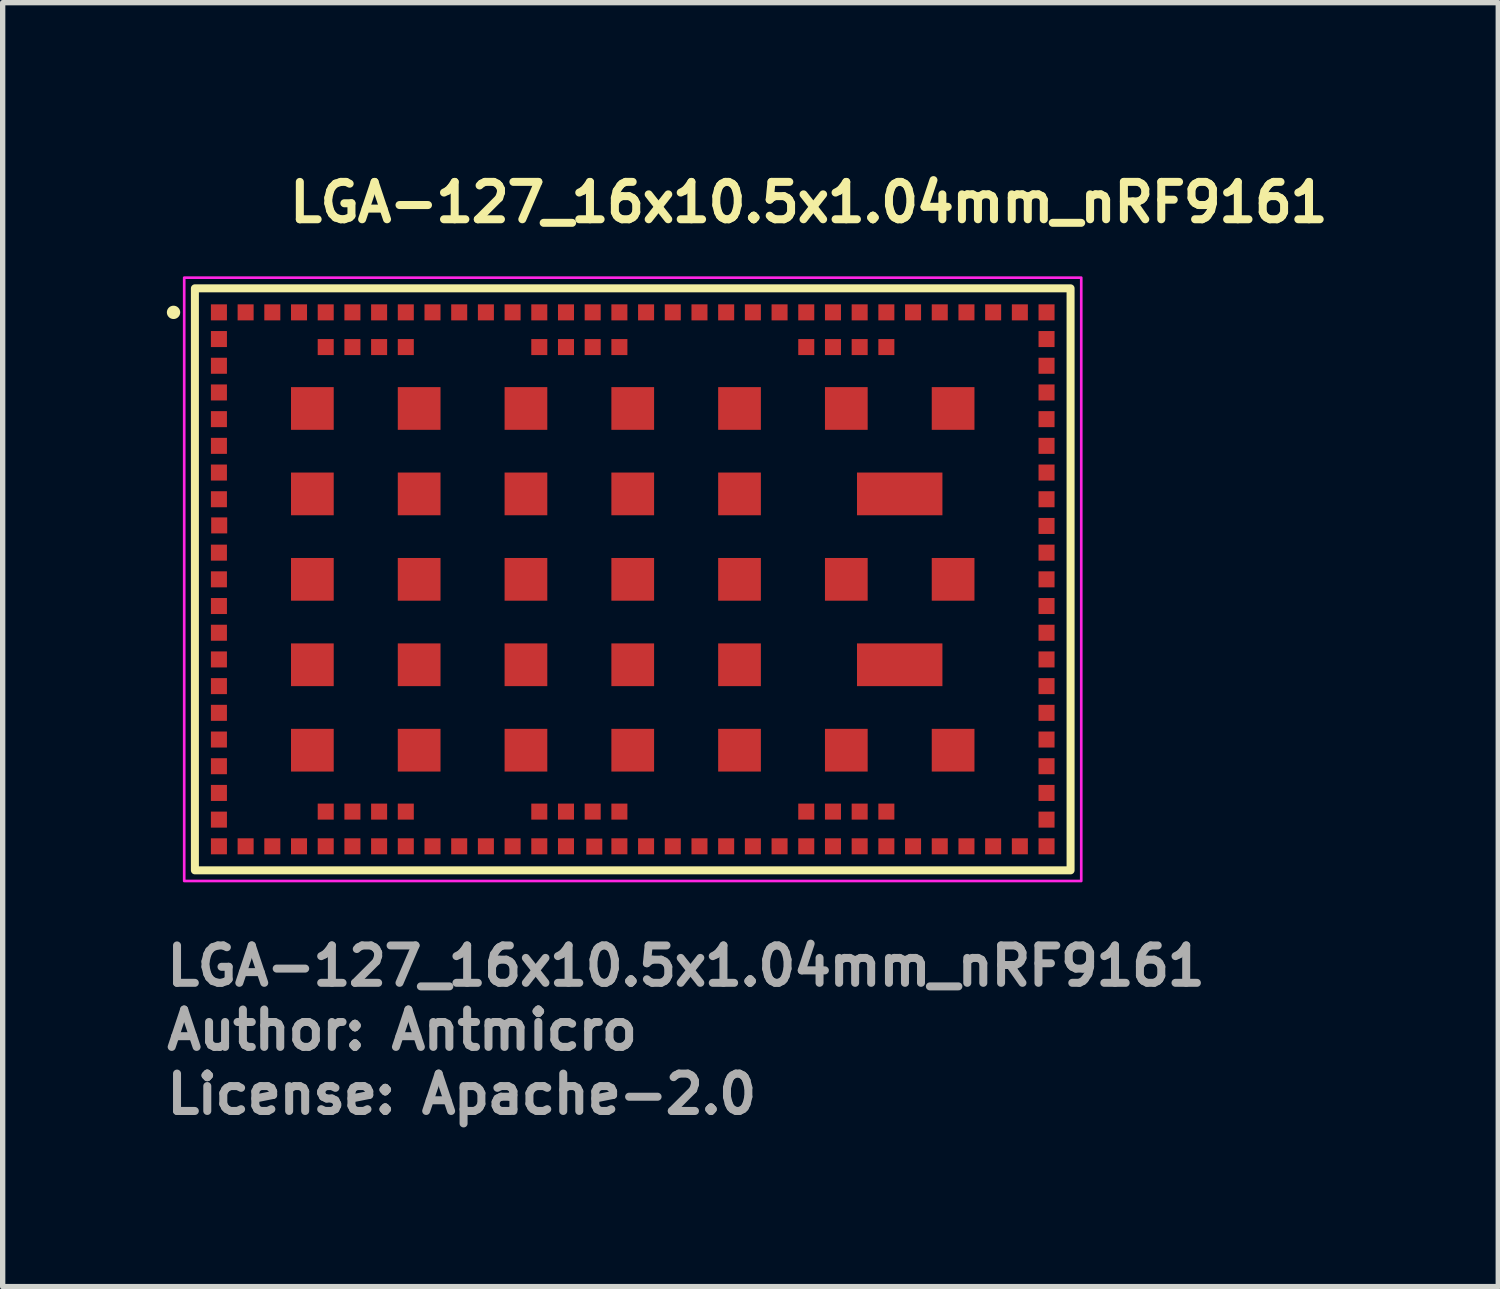
<source format=kicad_pcb>
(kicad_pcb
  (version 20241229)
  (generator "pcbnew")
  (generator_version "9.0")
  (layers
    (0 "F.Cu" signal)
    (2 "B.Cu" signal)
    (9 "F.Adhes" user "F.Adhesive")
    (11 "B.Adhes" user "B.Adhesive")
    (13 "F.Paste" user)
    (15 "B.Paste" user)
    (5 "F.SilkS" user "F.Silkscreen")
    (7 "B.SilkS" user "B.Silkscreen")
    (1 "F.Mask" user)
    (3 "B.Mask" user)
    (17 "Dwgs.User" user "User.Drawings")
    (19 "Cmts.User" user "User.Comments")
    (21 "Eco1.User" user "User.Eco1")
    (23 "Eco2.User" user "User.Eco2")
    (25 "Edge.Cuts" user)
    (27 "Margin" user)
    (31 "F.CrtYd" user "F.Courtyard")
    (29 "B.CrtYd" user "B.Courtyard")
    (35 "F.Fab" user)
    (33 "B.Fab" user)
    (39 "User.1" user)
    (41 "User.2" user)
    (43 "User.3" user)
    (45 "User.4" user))
  (footprint "LGA-127_16x10.5x1.04mm_nRF9161"
    (layer "F.Cu")
    (at 8.8 7.8)
    (property "Reference" "LGA-127_16x10.5x1.04mm_nRF9161" (at -6.5 -6.65 0) (unlocked yes) (layer "F.SilkS") (effects (font (size 0.7 0.7) (thickness 0.15)) (justify left bottom)))
    (attr smd)
    (fp_rect (start 8.2 -5.45) (end -8.2 5.45) (stroke (width 0.15) (type solid)) (fill no) (layer "F.SilkS"))
    (fp_circle (center -8.6 -5) (end -8.55 -5) (stroke (width 0.15) (type solid)) (fill yes) (layer "F.SilkS"))
    (fp_rect (start -8.4 -5.65) (end 8.4 5.65) (stroke (width 0.05) (type solid)) (fill no) (layer "F.CrtYd"))
    (fp_rect (start -8 -5.25) (end 8 5.25) (stroke (width 0.1) (type solid)) (fill no) (layer "User.5"))
    (fp_rect (start 8 -5.25) (end -8 5.25) (stroke (width 0.02) (type solid)) (fill no) (layer "User.9"))
    (fp_text user "License: Apache-2.0" (at -8.8 10.05 0) (layer "F.Fab") (effects (font (size 0.7 0.7) (thickness 0.15)) (justify left bottom)))
    (fp_text user "Author: Antmicro" (at -8.8 8.85 0) (layer "F.Fab") (effects (font (size 0.7 0.7) (thickness 0.15)) (justify left bottom)))
    (fp_text user "${REFERENCE}" (at -8.8 7.65 0) (unlocked yes) (layer "F.Fab") (effects (font (size 0.7 0.7) (thickness 0.15)) (justify left bottom)))
    (pad "1" smd rect (at -7.75 -5) (size 0.3 0.3) (layers "F.Cu" "F.Mask" "F.Paste"))
    (pad "2" smd rect (at -7.75 -4.5) (size 0.3 0.3) (layers "F.Cu" "F.Mask" "F.Paste"))
    (pad "3" smd rect (at -7.75 -4) (size 0.3 0.3) (layers "F.Cu" "F.Mask" "F.Paste"))
    (pad "4" smd rect (at -7.75 -3.5) (size 0.3 0.3) (layers "F.Cu" "F.Mask" "F.Paste"))
    (pad "5" smd rect (at -7.75 -3) (size 0.3 0.3) (layers "F.Cu" "F.Mask" "F.Paste"))
    (pad "6" smd rect (at -7.75 -2.5) (size 0.3 0.3) (layers "F.Cu" "F.Mask" "F.Paste"))
    (pad "7" smd rect (at -7.75 -2) (size 0.3 0.3) (layers "F.Cu" "F.Mask" "F.Paste"))
    (pad "8" smd rect (at -7.75 -1.5) (size 0.3 0.3) (layers "F.Cu" "F.Mask" "F.Paste"))
    (pad "9" smd rect (at -7.745 -1.01) (size 0.3 0.3) (layers "F.Cu" "F.Mask" "F.Paste"))
    (pad "10" smd rect (at -7.75 -0.5) (size 0.3 0.3) (layers "F.Cu" "F.Mask" "F.Paste"))
    (pad "11" smd rect (at -7.75 0) (size 0.3 0.3) (layers "F.Cu" "F.Mask" "F.Paste"))
    (pad "12" smd rect (at -7.75 0.5) (size 0.3 0.3) (layers "F.Cu" "F.Mask" "F.Paste"))
    (pad "13" smd rect (at -7.75 1) (size 0.3 0.3) (layers "F.Cu" "F.Mask" "F.Paste"))
    (pad "14" smd rect (at -7.75 1.5) (size 0.3 0.3) (layers "F.Cu" "F.Mask" "F.Paste"))
    (pad "15" smd rect (at -7.75 2) (size 0.3 0.3) (layers "F.Cu" "F.Mask" "F.Paste"))
    (pad "16" smd rect (at -7.75 2.5) (size 0.3 0.3) (layers "F.Cu" "F.Mask" "F.Paste"))
    (pad "17" smd rect (at -7.75 3) (size 0.3 0.3) (layers "F.Cu" "F.Mask" "F.Paste"))
    (pad "18" smd rect (at -7.75 3.5) (size 0.3 0.3) (layers "F.Cu" "F.Mask" "F.Paste"))
    (pad "19" smd rect (at -7.75 4) (size 0.3 0.3) (layers "F.Cu" "F.Mask" "F.Paste"))
    (pad "20" smd rect (at -7.75 4.5) (size 0.3 0.3) (layers "F.Cu" "F.Mask" "F.Paste"))
    (pad "21" smd rect (at -7.75 5) (size 0.3 0.3) (layers "F.Cu" "F.Mask" "F.Paste"))
    (pad "22" smd rect (at -7.25 5) (size 0.3 0.3) (layers "F.Cu" "F.Mask" "F.Paste"))
    (pad "23" smd rect (at -6.75 5) (size 0.3 0.3) (layers "F.Cu" "F.Mask" "F.Paste"))
    (pad "24" smd rect (at -6.25 5) (size 0.3 0.3) (layers "F.Cu" "F.Mask" "F.Paste"))
    (pad "25" smd rect (at -5.75 5) (size 0.3 0.3) (layers "F.Cu" "F.Mask" "F.Paste"))
    (pad "26" smd rect (at -5.25 5) (size 0.3 0.3) (layers "F.Cu" "F.Mask" "F.Paste"))
    (pad "27" smd rect (at -4.75 5) (size 0.3 0.3) (layers "F.Cu" "F.Mask" "F.Paste"))
    (pad "28" smd rect (at -4.25 5) (size 0.3 0.3) (layers "F.Cu" "F.Mask" "F.Paste"))
    (pad "29" smd rect (at -3.75 5) (size 0.3 0.3) (layers "F.Cu" "F.Mask" "F.Paste"))
    (pad "30" smd rect (at -3.25 5) (size 0.3 0.3) (layers "F.Cu" "F.Mask" "F.Paste"))
    (pad "31" smd rect (at -2.75 5) (size 0.3 0.3) (layers "F.Cu" "F.Mask" "F.Paste"))
    (pad "32" smd rect (at -2.25 5) (size 0.3 0.3) (layers "F.Cu" "F.Mask" "F.Paste"))
    (pad "33" smd rect (at -1.75 5) (size 0.3 0.3) (layers "F.Cu" "F.Mask" "F.Paste"))
    (pad "34" smd rect (at -1.25 5) (size 0.3 0.3) (layers "F.Cu" "F.Mask" "F.Paste"))
    (pad "35" smd rect (at -0.72 5.005) (size 0.3 0.3) (layers "F.Cu" "F.Mask" "F.Paste"))
    (pad "36" smd rect (at -0.25 5) (size 0.3 0.3) (layers "F.Cu" "F.Mask" "F.Paste"))
    (pad "37" smd rect (at 0.25 5) (size 0.3 0.3) (layers "F.Cu" "F.Mask" "F.Paste"))
    (pad "38" smd rect (at 0.75 5) (size 0.3 0.3) (layers "F.Cu" "F.Mask" "F.Paste"))
    (pad "39" smd rect (at 1.25 5) (size 0.3 0.3) (layers "F.Cu" "F.Mask" "F.Paste"))
    (pad "40" smd rect (at 1.75 5) (size 0.3 0.3) (layers "F.Cu" "F.Mask" "F.Paste"))
    (pad "41" smd rect (at 2.25 5) (size 0.3 0.3) (layers "F.Cu" "F.Mask" "F.Paste"))
    (pad "42" smd rect (at 2.75 5) (size 0.3 0.3) (layers "F.Cu" "F.Mask" "F.Paste"))
    (pad "43" smd rect (at 3.25 5) (size 0.3 0.3) (layers "F.Cu" "F.Mask" "F.Paste"))
    (pad "44" smd rect (at 3.75 5) (size 0.3 0.3) (layers "F.Cu" "F.Mask" "F.Paste"))
    (pad "45" smd rect (at 4.25 5) (size 0.3 0.3) (layers "F.Cu" "F.Mask" "F.Paste"))
    (pad "46" smd rect (at 4.75 5) (size 0.3 0.3) (layers "F.Cu" "F.Mask" "F.Paste"))
    (pad "47" smd rect (at 5.25 5) (size 0.3 0.3) (layers "F.Cu" "F.Mask" "F.Paste"))
    (pad "48" smd rect (at 5.75 5) (size 0.3 0.3) (layers "F.Cu" "F.Mask" "F.Paste"))
    (pad "49" smd rect (at 6.25 5) (size 0.3 0.3) (layers "F.Cu" "F.Mask" "F.Paste"))
    (pad "50" smd rect (at 6.75 5) (size 0.3 0.3) (layers "F.Cu" "F.Mask" "F.Paste"))
    (pad "51" smd rect (at 7.25 5) (size 0.3 0.3) (layers "F.Cu" "F.Mask" "F.Paste"))
    (pad "52" smd rect (at 7.75 5) (size 0.3 0.3) (layers "F.Cu" "F.Mask" "F.Paste"))
    (pad "53" smd rect (at 7.75 4.5) (size 0.3 0.3) (layers "F.Cu" "F.Mask" "F.Paste"))
    (pad "54" smd rect (at 7.75 4) (size 0.3 0.3) (layers "F.Cu" "F.Mask" "F.Paste"))
    (pad "55" smd rect (at 7.75 3.5) (size 0.3 0.3) (layers "F.Cu" "F.Mask" "F.Paste"))
    (pad "56" smd rect (at 7.75 3) (size 0.3 0.3) (layers "F.Cu" "F.Mask" "F.Paste"))
    (pad "57" smd rect (at 7.75 2.5) (size 0.3 0.3) (layers "F.Cu" "F.Mask" "F.Paste"))
    (pad "58" smd rect (at 7.75 2) (size 0.3 0.3) (layers "F.Cu" "F.Mask" "F.Paste"))
    (pad "59" smd rect (at 7.75 1.5) (size 0.3 0.3) (layers "F.Cu" "F.Mask" "F.Paste"))
    (pad "60" smd rect (at 7.75 1) (size 0.3 0.3) (layers "F.Cu" "F.Mask" "F.Paste"))
    (pad "61" smd rect (at 7.75 0.5) (size 0.3 0.3) (layers "F.Cu" "F.Mask" "F.Paste"))
    (pad "62" smd rect (at 7.75 0) (size 0.3 0.3) (layers "F.Cu" "F.Mask" "F.Paste"))
    (pad "63" smd rect (at 7.75 -0.5) (size 0.3 0.3) (layers "F.Cu" "F.Mask" "F.Paste"))
    (pad "64" smd rect (at 7.75 -1) (size 0.3 0.3) (layers "F.Cu" "F.Mask" "F.Paste"))
    (pad "65" smd rect (at 7.75 -1.5) (size 0.3 0.3) (layers "F.Cu" "F.Mask" "F.Paste"))
    (pad "66" smd rect (at 7.75 -2) (size 0.3 0.3) (layers "F.Cu" "F.Mask" "F.Paste"))
    (pad "67" smd rect (at 7.75 -2.5) (size 0.3 0.3) (layers "F.Cu" "F.Mask" "F.Paste"))
    (pad "68" smd rect (at 7.75 -3) (size 0.3 0.3) (layers "F.Cu" "F.Mask" "F.Paste"))
    (pad "69" smd rect (at 7.75 -3.5) (size 0.3 0.3) (layers "F.Cu" "F.Mask" "F.Paste"))
    (pad "70" smd rect (at 7.75 -4) (size 0.3 0.3) (layers "F.Cu" "F.Mask" "F.Paste"))
    (pad "71" smd rect (at 7.75 -4.5) (size 0.3 0.3) (layers "F.Cu" "F.Mask" "F.Paste"))
    (pad "72" smd rect (at 7.75 -5) (size 0.3 0.3) (layers "F.Cu" "F.Mask" "F.Paste"))
    (pad "73" smd rect (at 7.25 -5) (size 0.3 0.3) (layers "F.Cu" "F.Mask" "F.Paste"))
    (pad "74" smd rect (at 6.75 -5) (size 0.3 0.3) (layers "F.Cu" "F.Mask" "F.Paste"))
    (pad "75" smd rect (at 6.25 -5) (size 0.3 0.3) (layers "F.Cu" "F.Mask" "F.Paste"))
    (pad "76" smd rect (at 5.75 -5) (size 0.3 0.3) (layers "F.Cu" "F.Mask" "F.Paste"))
    (pad "77" smd rect (at 5.25 -5) (size 0.3 0.3) (layers "F.Cu" "F.Mask" "F.Paste"))
    (pad "78" smd rect (at 4.75 -5) (size 0.3 0.3) (layers "F.Cu" "F.Mask" "F.Paste"))
    (pad "79" smd rect (at 4.25 -5) (size 0.3 0.3) (layers "F.Cu" "F.Mask" "F.Paste"))
    (pad "80" smd rect (at 3.75 -5) (size 0.3 0.3) (layers "F.Cu" "F.Mask" "F.Paste"))
    (pad "81" smd rect (at 3.25 -5) (size 0.3 0.3) (layers "F.Cu" "F.Mask" "F.Paste"))
    (pad "82" smd rect (at 2.75 -5) (size 0.3 0.3) (layers "F.Cu" "F.Mask" "F.Paste"))
    (pad "83" smd rect (at 2.25 -5) (size 0.3 0.3) (layers "F.Cu" "F.Mask" "F.Paste"))
    (pad "84" smd rect (at 1.75 -5) (size 0.3 0.3) (layers "F.Cu" "F.Mask" "F.Paste"))
    (pad "85" smd rect (at 1.25 -5) (size 0.3 0.3) (layers "F.Cu" "F.Mask" "F.Paste"))
    (pad "86" smd rect (at 0.75 -5) (size 0.3 0.3) (layers "F.Cu" "F.Mask" "F.Paste"))
    (pad "87" smd rect (at 0.25 -5) (size 0.3 0.3) (layers "F.Cu" "F.Mask" "F.Paste"))
    (pad "88" smd rect (at -0.25 -5) (size 0.3 0.3) (layers "F.Cu" "F.Mask" "F.Paste"))
    (pad "89" smd rect (at -0.75 -5) (size 0.3 0.3) (layers "F.Cu" "F.Mask" "F.Paste"))
    (pad "90" smd rect (at -1.25 -5) (size 0.3 0.3) (layers "F.Cu" "F.Mask" "F.Paste"))
    (pad "91" smd rect (at -1.75 -5) (size 0.3 0.3) (layers "F.Cu" "F.Mask" "F.Paste"))
    (pad "92" smd rect (at -2.25 -5) (size 0.3 0.3) (layers "F.Cu" "F.Mask" "F.Paste"))
    (pad "93" smd rect (at -2.75 -5) (size 0.3 0.3) (layers "F.Cu" "F.Mask" "F.Paste"))
    (pad "94" smd rect (at -3.25 -5) (size 0.3 0.3) (layers "F.Cu" "F.Mask" "F.Paste"))
    (pad "95" smd rect (at -3.75 -5) (size 0.3 0.3) (layers "F.Cu" "F.Mask" "F.Paste"))
    (pad "96" smd rect (at -4.25 -5) (size 0.3 0.3) (layers "F.Cu" "F.Mask" "F.Paste"))
    (pad "97" smd rect (at -4.75 -5) (size 0.3 0.3) (layers "F.Cu" "F.Mask" "F.Paste"))
    (pad "98" smd rect (at -5.25 -5) (size 0.3 0.3) (layers "F.Cu" "F.Mask" "F.Paste"))
    (pad "99" smd rect (at -5.75 -5) (size 0.3 0.3) (layers "F.Cu" "F.Mask" "F.Paste"))
    (pad "100" smd rect (at -6.25 -5) (size 0.3 0.3) (layers "F.Cu" "F.Mask" "F.Paste"))
    (pad "101" smd rect (at -6.75 -5) (size 0.3 0.3) (layers "F.Cu" "F.Mask" "F.Paste"))
    (pad "102" smd rect (at -7.25 -5) (size 0.3 0.3) (layers "F.Cu" "F.Mask" "F.Paste"))
    (pad "103" smd rect (at -6 -3.2) (size 0.8 0.8) (layers "F.Cu" "F.Mask" "F.Paste"))
    (pad "103" smd rect (at -6 -1.6) (size 0.8 0.8) (layers "F.Cu" "F.Mask" "F.Paste"))
    (pad "103" smd rect (at -6 0) (size 0.8 0.8) (layers "F.Cu" "F.Mask" "F.Paste"))
    (pad "103" smd rect (at -6 1.6) (size 0.8 0.8) (layers "F.Cu" "F.Mask" "F.Paste"))
    (pad "103" smd rect (at -6 3.2) (size 0.8 0.8) (layers "F.Cu" "F.Mask" "F.Paste"))
    (pad "103" smd rect (at -4 -3.2) (size 0.8 0.8) (layers "F.Cu" "F.Mask" "F.Paste"))
    (pad "103" smd rect (at -4 -1.6) (size 0.8 0.8) (layers "F.Cu" "F.Mask" "F.Paste"))
    (pad "103" smd rect (at -4 0) (size 0.8 0.8) (layers "F.Cu" "F.Mask" "F.Paste"))
    (pad "103" smd rect (at -4 1.6) (size 0.8 0.8) (layers "F.Cu" "F.Mask" "F.Paste"))
    (pad "103" smd rect (at -4 3.2) (size 0.8 0.8) (layers "F.Cu" "F.Mask" "F.Paste"))
    (pad "103" smd rect (at -2 -3.2) (size 0.8 0.8) (layers "F.Cu" "F.Mask" "F.Paste"))
    (pad "103" smd rect (at -2 -1.6) (size 0.8 0.8) (layers "F.Cu" "F.Mask" "F.Paste"))
    (pad "103" smd rect (at -2 0) (size 0.8 0.8) (layers "F.Cu" "F.Mask" "F.Paste"))
    (pad "103" smd rect (at -2 1.6) (size 0.8 0.8) (layers "F.Cu" "F.Mask" "F.Paste"))
    (pad "103" smd rect (at -2 3.2) (size 0.8 0.8) (layers "F.Cu" "F.Mask" "F.Paste"))
    (pad "103" smd rect (at 0 -3.2) (size 0.8 0.8) (layers "F.Cu" "F.Mask" "F.Paste"))
    (pad "103" smd rect (at 0 -1.6) (size 0.8 0.8) (layers "F.Cu" "F.Mask" "F.Paste"))
    (pad "103" smd rect (at 0 0) (size 0.8 0.8) (layers "F.Cu" "F.Mask" "F.Paste"))
    (pad "103" smd rect (at 0 1.6) (size 0.8 0.8) (layers "F.Cu" "F.Mask" "F.Paste"))
    (pad "103" smd rect (at 0 3.2) (size 0.8 0.8) (layers "F.Cu" "F.Mask" "F.Paste"))
    (pad "103" smd rect (at 2 -3.2) (size 0.8 0.8) (layers "F.Cu" "F.Mask" "F.Paste"))
    (pad "103" smd rect (at 2 -1.6) (size 0.8 0.8) (layers "F.Cu" "F.Mask" "F.Paste"))
    (pad "103" smd rect (at 2 0) (size 0.8 0.8) (layers "F.Cu" "F.Mask" "F.Paste"))
    (pad "103" smd rect (at 2 1.6) (size 0.8 0.8) (layers "F.Cu" "F.Mask" "F.Paste"))
    (pad "103" smd rect (at 2 3.2) (size 0.8 0.8) (layers "F.Cu" "F.Mask" "F.Paste"))
    (pad "103" smd rect (at 4 -3.2) (size 0.8 0.8) (layers "F.Cu" "F.Mask" "F.Paste"))
    (pad "103" smd rect (at 4 0) (size 0.8 0.8) (layers "F.Cu" "F.Mask" "F.Paste"))
    (pad "103" smd rect (at 4 3.2) (size 0.8 0.8) (layers "F.Cu" "F.Mask" "F.Paste"))
    (pad "103" smd rect (at 5 -1.6) (size 1.6 0.8) (layers "F.Cu" "F.Mask" "F.Paste"))
    (pad "103" smd rect (at 5 1.6) (size 1.6 0.8) (layers "F.Cu" "F.Mask" "F.Paste"))
    (pad "103" smd rect (at 6 -3.2) (size 0.8 0.8) (layers "F.Cu" "F.Mask" "F.Paste"))
    (pad "103" smd rect (at 6 0) (size 0.8 0.8) (layers "F.Cu" "F.Mask" "F.Paste"))
    (pad "103" smd rect (at 6 3.2) (size 0.8 0.8) (layers "F.Cu" "F.Mask" "F.Paste"))
    (pad "104" smd rect (at -5.75 4.35) (size 0.3 0.3) (layers "F.Cu" "F.Mask" "F.Paste"))
    (pad "105" smd rect (at -5.25 4.35) (size 0.3 0.3) (layers "F.Cu" "F.Mask" "F.Paste"))
    (pad "106" smd rect (at -4.75 4.35) (size 0.3 0.3) (layers "F.Cu" "F.Mask" "F.Paste"))
    (pad "107" smd rect (at -4.25 4.35) (size 0.3 0.3) (layers "F.Cu" "F.Mask" "F.Paste"))
    (pad "108" smd rect (at -1.75 4.35) (size 0.3 0.3) (layers "F.Cu" "F.Mask" "F.Paste"))
    (pad "109" smd rect (at -1.25 4.35) (size 0.3 0.3) (layers "F.Cu" "F.Mask" "F.Paste"))
    (pad "110" smd rect (at -0.75 4.35) (size 0.3 0.3) (layers "F.Cu" "F.Mask" "F.Paste"))
    (pad "111" smd rect (at -0.25 4.35) (size 0.3 0.3) (layers "F.Cu" "F.Mask" "F.Paste"))
    (pad "112" smd rect (at 3.25 4.35) (size 0.3 0.3) (layers "F.Cu" "F.Mask" "F.Paste"))
    (pad "113" smd rect (at 3.75 4.35) (size 0.3 0.3) (layers "F.Cu" "F.Mask" "F.Paste"))
    (pad "114" smd rect (at 4.25 4.35) (size 0.3 0.3) (layers "F.Cu" "F.Mask" "F.Paste"))
    (pad "115" smd rect (at 4.75 4.35) (size 0.3 0.3) (layers "F.Cu" "F.Mask" "F.Paste"))
    (pad "116" smd rect (at 4.75 -4.35) (size 0.3 0.3) (layers "F.Cu" "F.Mask" "F.Paste"))
    (pad "117" smd rect (at 4.25 -4.35) (size 0.3 0.3) (layers "F.Cu" "F.Mask" "F.Paste"))
    (pad "118" smd rect (at 3.75 -4.35) (size 0.3 0.3) (layers "F.Cu" "F.Mask" "F.Paste"))
    (pad "119" smd rect (at 3.25 -4.35) (size 0.3 0.3) (layers "F.Cu" "F.Mask" "F.Paste"))
    (pad "120" smd rect (at -0.25 -4.35) (size 0.3 0.3) (layers "F.Cu" "F.Mask" "F.Paste"))
    (pad "121" smd rect (at -0.75 -4.35) (size 0.3 0.3) (layers "F.Cu" "F.Mask" "F.Paste"))
    (pad "122" smd rect (at -1.25 -4.35) (size 0.3 0.3) (layers "F.Cu" "F.Mask" "F.Paste"))
    (pad "123" smd rect (at -1.75 -4.35) (size 0.3 0.3) (layers "F.Cu" "F.Mask" "F.Paste"))
    (pad "124" smd rect (at -4.25 -4.35) (size 0.3 0.3) (layers "F.Cu" "F.Mask" "F.Paste"))
    (pad "125" smd rect (at -4.75 -4.35) (size 0.3 0.3) (layers "F.Cu" "F.Mask" "F.Paste"))
    (pad "126" smd rect (at -5.25 -4.35) (size 0.3 0.3) (layers "F.Cu" "F.Mask" "F.Paste"))
    (pad "127" smd rect (at -5.75 -4.35) (size 0.3 0.3) (layers "F.Cu" "F.Mask" "F.Paste")))
  (gr_rect
    (start -3 -3)
    (end 25.01 21.046)
    (stroke (width 0.1) (type default))
    (fill no)
    (layer "Edge.Cuts")))
</source>
